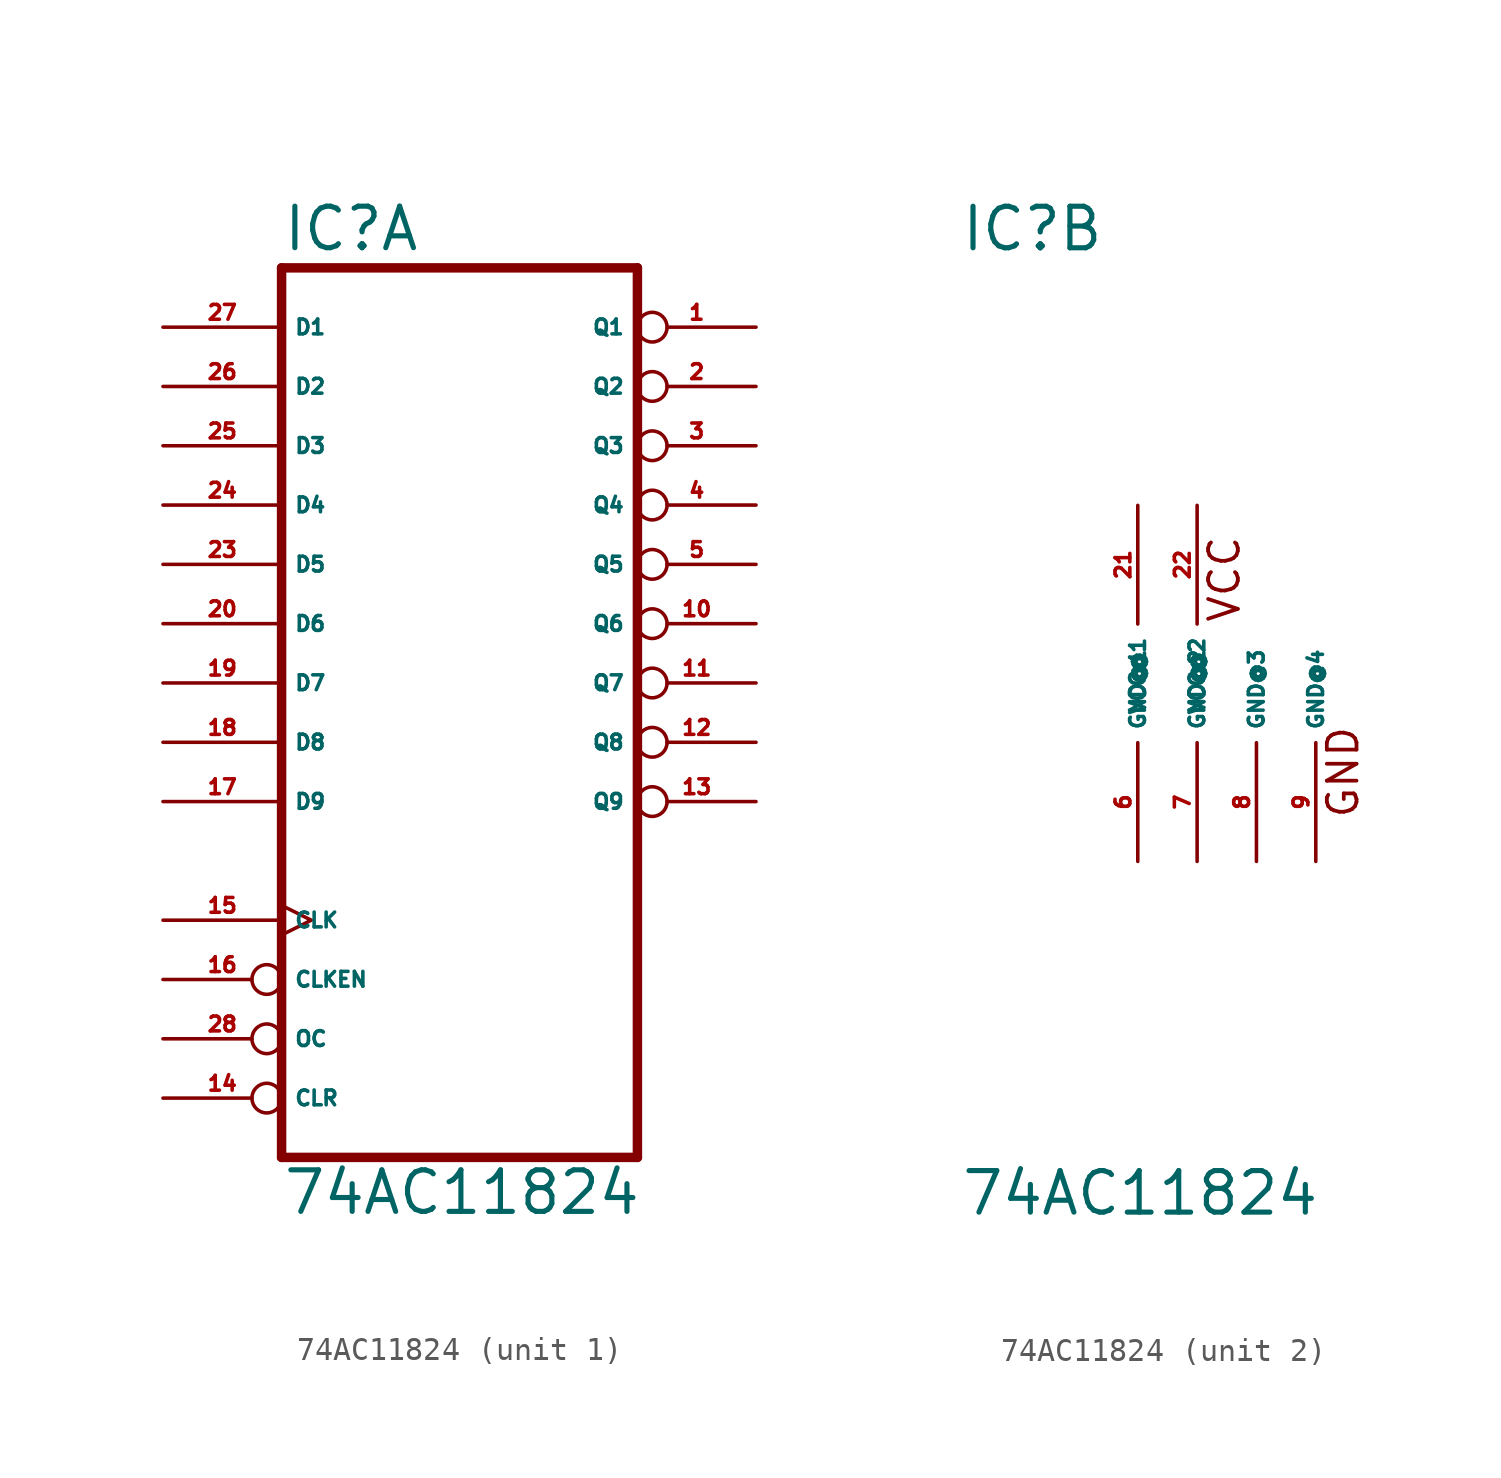
<source format=kicad_sym>
(kicad_symbol_lib
  (version 20220914)
  (generator Eagle2Kicad)
  (symbol "74AC11824"
    (property "Reference" "IC"
      (at -7.62 18.415 0)
      (effects (font (size 1.778 1.778) (thickness 0.22)) (justify left bottom)))
    (property "Value" "74AC11824"
      (at -7.62 -22.86 0)
      (effects (font (size 1.778 1.778) (thickness 0.22)) (justify left bottom)))
    (symbol "74AC11824_1_0"
      (polyline (pts (xy -7.62 -20.32) (xy 7.62 -20.32)) (stroke (width 0.406) (type default)) (fill (type none)))
      (polyline (pts (xy 7.62 -20.32) (xy 7.62 17.78)) (stroke (width 0.406) (type default)) (fill (type none)))
      (polyline (pts (xy 7.62 17.78) (xy -7.62 17.78)) (stroke (width 0.406) (type default)) (fill (type none)))
      (polyline (pts (xy -7.62 17.78) (xy -7.62 -20.32)) (stroke (width 0.406) (type default)) (fill (type none)))
      (pin tri_state inverted (at 12.7 15.24 180) (length 5.08) (name "Q1" (effects (font (size 0.635 0.635) (thickness 0.08)) (justify left bottom))) (number "1" (effects (font (size 0.635 0.635) (thickness 0.08)) (justify left bottom))))
      (pin tri_state inverted (at 12.7 12.7 180) (length 5.08) (name "Q2" (effects (font (size 0.635 0.635) (thickness 0.08)) (justify left bottom))) (number "2" (effects (font (size 0.635 0.635) (thickness 0.08)) (justify left bottom))))
      (pin tri_state inverted (at 12.7 10.16 180) (length 5.08) (name "Q3" (effects (font (size 0.635 0.635) (thickness 0.08)) (justify left bottom))) (number "3" (effects (font (size 0.635 0.635) (thickness 0.08)) (justify left bottom))))
      (pin tri_state inverted (at 12.7 7.62 180) (length 5.08) (name "Q4" (effects (font (size 0.635 0.635) (thickness 0.08)) (justify left bottom))) (number "4" (effects (font (size 0.635 0.635) (thickness 0.08)) (justify left bottom))))
      (pin tri_state inverted (at 12.7 5.08 180) (length 5.08) (name "Q5" (effects (font (size 0.635 0.635) (thickness 0.08)) (justify left bottom))) (number "5" (effects (font (size 0.635 0.635) (thickness 0.08)) (justify left bottom))))
      (pin tri_state inverted (at 12.7 2.54 180) (length 5.08) (name "Q6" (effects (font (size 0.635 0.635) (thickness 0.08)) (justify left bottom))) (number "10" (effects (font (size 0.635 0.635) (thickness 0.08)) (justify left bottom))))
      (pin tri_state inverted (at 12.7 0 180) (length 5.08) (name "Q7" (effects (font (size 0.635 0.635) (thickness 0.08)) (justify left bottom))) (number "11" (effects (font (size 0.635 0.635) (thickness 0.08)) (justify left bottom))))
      (pin tri_state inverted (at 12.7 -2.54 180) (length 5.08) (name "Q8" (effects (font (size 0.635 0.635) (thickness 0.08)) (justify left bottom))) (number "12" (effects (font (size 0.635 0.635) (thickness 0.08)) (justify left bottom))))
      (pin tri_state inverted (at 12.7 -5.08 180) (length 5.08) (name "Q9" (effects (font (size 0.635 0.635) (thickness 0.08)) (justify left bottom))) (number "13" (effects (font (size 0.635 0.635) (thickness 0.08)) (justify left bottom))))
      (pin input inverted (at -12.7 -17.78 0) (length 5.08) (name "CLR" (effects (font (size 0.635 0.635) (thickness 0.08)) (justify left bottom))) (number "14" (effects (font (size 0.635 0.635) (thickness 0.08)) (justify left bottom))))
      (pin input clock (at -12.7 -10.16 0) (length 5.08) (name "CLK" (effects (font (size 0.635 0.635) (thickness 0.08)) (justify left bottom))) (number "15" (effects (font (size 0.635 0.635) (thickness 0.08)) (justify left bottom))))
      (pin input inverted (at -12.7 -12.7 0) (length 5.08) (name "CLKEN" (effects (font (size 0.635 0.635) (thickness 0.08)) (justify left bottom))) (number "16" (effects (font (size 0.635 0.635) (thickness 0.08)) (justify left bottom))))
      (pin input line (at -12.7 -5.08 0) (length 5.08) (name "D9" (effects (font (size 0.635 0.635) (thickness 0.08)) (justify left bottom))) (number "17" (effects (font (size 0.635 0.635) (thickness 0.08)) (justify left bottom))))
      (pin input line (at -12.7 -2.54 0) (length 5.08) (name "D8" (effects (font (size 0.635 0.635) (thickness 0.08)) (justify left bottom))) (number "18" (effects (font (size 0.635 0.635) (thickness 0.08)) (justify left bottom))))
      (pin input line (at -12.7 0 0) (length 5.08) (name "D7" (effects (font (size 0.635 0.635) (thickness 0.08)) (justify left bottom))) (number "19" (effects (font (size 0.635 0.635) (thickness 0.08)) (justify left bottom))))
      (pin input line (at -12.7 2.54 0) (length 5.08) (name "D6" (effects (font (size 0.635 0.635) (thickness 0.08)) (justify left bottom))) (number "20" (effects (font (size 0.635 0.635) (thickness 0.08)) (justify left bottom))))
      (pin input line (at -12.7 5.08 0) (length 5.08) (name "D5" (effects (font (size 0.635 0.635) (thickness 0.08)) (justify left bottom))) (number "23" (effects (font (size 0.635 0.635) (thickness 0.08)) (justify left bottom))))
      (pin input line (at -12.7 7.62 0) (length 5.08) (name "D4" (effects (font (size 0.635 0.635) (thickness 0.08)) (justify left bottom))) (number "24" (effects (font (size 0.635 0.635) (thickness 0.08)) (justify left bottom))))
      (pin input line (at -12.7 10.16 0) (length 5.08) (name "D3" (effects (font (size 0.635 0.635) (thickness 0.08)) (justify left bottom))) (number "25" (effects (font (size 0.635 0.635) (thickness 0.08)) (justify left bottom))))
      (pin input line (at -12.7 12.7 0) (length 5.08) (name "D2" (effects (font (size 0.635 0.635) (thickness 0.08)) (justify left bottom))) (number "26" (effects (font (size 0.635 0.635) (thickness 0.08)) (justify left bottom))))
      (pin input line (at -12.7 15.24 0) (length 5.08) (name "D1" (effects (font (size 0.635 0.635) (thickness 0.08)) (justify left bottom))) (number "27" (effects (font (size 0.635 0.635) (thickness 0.08)) (justify left bottom))))
      (pin input inverted (at -12.7 -15.24 0) (length 5.08) (name "OC" (effects (font (size 0.635 0.635) (thickness 0.08)) (justify left bottom))) (number "28" (effects (font (size 0.635 0.635) (thickness 0.08)) (justify left bottom)))))
    (symbol "74AC11824_2_0"
      (text "VCC" (at 4.445 2.54 900) (effects (font (size 1.27 1.27) (thickness 0.16)) (justify left bottom)))
      (text "GND" (at 9.525 -5.842 900) (effects (font (size 1.27 1.27) (thickness 0.16)) (justify left bottom)))
      (pin unspecified line (at 0 -7.62 90) (length 5.08) (name "GND@1" (effects (font (size 0.635 0.635) (thickness 0.08)) (justify left bottom))) (number "6" (effects (font (size 0.635 0.635) (thickness 0.08)) (justify left bottom))))
      (pin unspecified line (at 2.54 -7.62 90) (length 5.08) (name "GND@2" (effects (font (size 0.635 0.635) (thickness 0.08)) (justify left bottom))) (number "7" (effects (font (size 0.635 0.635) (thickness 0.08)) (justify left bottom))))
      (pin unspecified line (at 5.08 -7.62 90) (length 5.08) (name "GND@3" (effects (font (size 0.635 0.635) (thickness 0.08)) (justify left bottom))) (number "8" (effects (font (size 0.635 0.635) (thickness 0.08)) (justify left bottom))))
      (pin unspecified line (at 7.62 -7.62 90) (length 5.08) (name "GND@4" (effects (font (size 0.635 0.635) (thickness 0.08)) (justify left bottom))) (number "9" (effects (font (size 0.635 0.635) (thickness 0.08)) (justify left bottom))))
      (pin unspecified line (at 0 7.62 270) (length 5.08) (name "VCC@1" (effects (font (size 0.635 0.635) (thickness 0.08)) (justify left bottom))) (number "21" (effects (font (size 0.635 0.635) (thickness 0.08)) (justify left bottom))))
      (pin unspecified line (at 2.54 7.62 270) (length 5.08) (name "VCC@2" (effects (font (size 0.635 0.635) (thickness 0.08)) (justify left bottom))) (number "22" (effects (font (size 0.635 0.635) (thickness 0.08)) (justify left bottom)))))))
</source>
